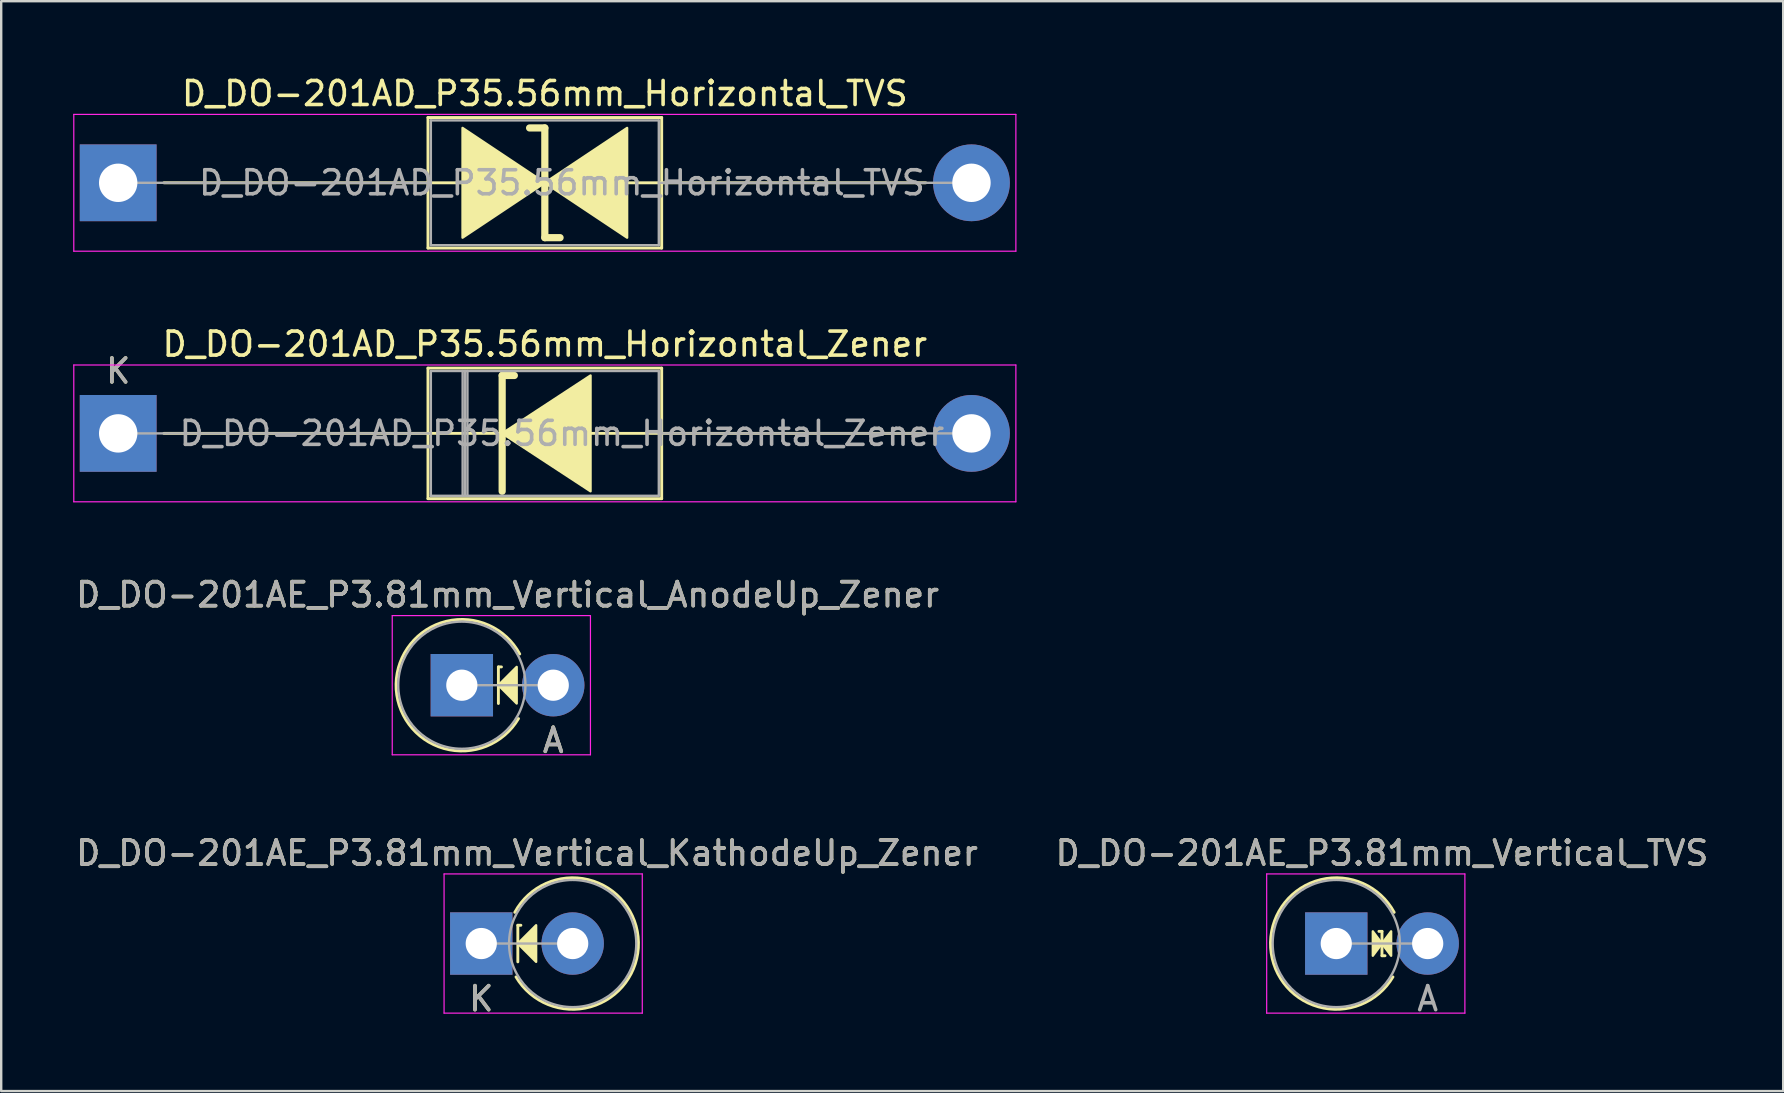
<source format=kicad_pcb>
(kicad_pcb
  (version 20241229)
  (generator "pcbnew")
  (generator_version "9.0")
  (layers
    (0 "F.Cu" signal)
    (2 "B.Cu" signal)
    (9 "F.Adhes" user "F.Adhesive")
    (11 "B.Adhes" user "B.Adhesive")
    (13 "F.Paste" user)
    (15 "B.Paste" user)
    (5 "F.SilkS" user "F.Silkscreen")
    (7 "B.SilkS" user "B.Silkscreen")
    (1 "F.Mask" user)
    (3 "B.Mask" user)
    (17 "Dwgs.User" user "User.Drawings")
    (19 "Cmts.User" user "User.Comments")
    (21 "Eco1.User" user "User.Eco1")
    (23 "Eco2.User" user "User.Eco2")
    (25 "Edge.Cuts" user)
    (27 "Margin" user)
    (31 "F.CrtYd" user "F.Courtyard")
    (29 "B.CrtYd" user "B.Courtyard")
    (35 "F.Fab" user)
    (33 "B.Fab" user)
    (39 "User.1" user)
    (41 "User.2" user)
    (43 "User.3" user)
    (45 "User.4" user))
  (footprint "D_DO-201AE_P3.81mm_Vertical_KathodeUp_Zener"
    (layer "F.Cu")
    (at 17.006 36.271)
    (property "Reference" "D_DO-201AE_P3.81mm_Vertical_KathodeUp_Zener" (at 1.905 -3.77 0) (layer "F.SilkS") (effects (font (size 1 1) (thickness 0.15))))
    (attr through_hole)
    (fp_line (start 1.524 -0.762) (end 1.524 0.762) (stroke (width 0.12) (type solid)) (layer "F.SilkS"))
    (fp_line (start 1.524 -0.762) (end 1.651 -0.762) (stroke (width 0.12) (type solid)) (layer "F.SilkS"))
    (fp_arc (start 1.396849 -1.3) (mid 6.55054 -0.052312) (end 1.448218 1.391144) (stroke (width 0.12) (type solid)) (layer "F.SilkS"))
    (fp_poly (pts (xy 2.286 0.762) (xy 1.524 0) (xy 2.286 -0.762)) (stroke (width 0.1) (type solid)) (fill yes) (layer "F.SilkS"))
    (fp_line (start -1.55 -2.9) (end -1.55 2.9) (stroke (width 0.05) (type solid)) (layer "F.CrtYd"))
    (fp_line (start -1.55 2.9) (end 6.71 2.9) (stroke (width 0.05) (type solid)) (layer "F.CrtYd"))
    (fp_line (start 6.71 -2.9) (end -1.55 -2.9) (stroke (width 0.05) (type solid)) (layer "F.CrtYd"))
    (fp_line (start 6.71 2.9) (end 6.71 -2.9) (stroke (width 0.05) (type solid)) (layer "F.CrtYd"))
    (fp_line (start 0 0) (end 3.81 0) (stroke (width 0.1) (type solid)) (layer "F.Fab"))
    (fp_circle (center 3.81 0) (end 6.46 0) (stroke (width 0.1) (type solid)) (fill no) (layer "F.Fab"))
    (fp_text user "K" (at 0 2.3 0) (layer "F.SilkS") (effects (font (size 1 1) (thickness 0.15))))
    (fp_text user "${REFERENCE}" (at 1.905 -3.77 0) (layer "F.Fab") (effects (font (size 1 1) (thickness 0.15))))
    (fp_text user "K" (at 0 2.3 0) (layer "F.Fab") (effects (font (size 1 1) (thickness 0.15))))
    (pad "1" thru_hole rect (at 0 0) (size 2.6 2.6) (drill 1.3) (layers "*.Cu" "*.Mask"))
    (pad "2" thru_hole oval (at 3.81 0) (size 2.6 2.6) (drill 1.3) (layers "*.Cu" "*.Mask")))
  (footprint "D_DO-201AE_P3.81mm_Vertical_AnodeUp_Zener"
    (layer "F.Cu")
    (at 16.196 25.505)
    (property "Reference" "D_DO-201AE_P3.81mm_Vertical_AnodeUp_Zener" (at 1.905 -3.77 0) (layer "F.SilkS") (effects (font (size 1 1) (thickness 0.15))))
    (attr through_hole)
    (fp_line (start 1.524 -0.762) (end 1.524 0.762) (stroke (width 0.12) (type solid)) (layer "F.SilkS"))
    (fp_line (start 1.524 -0.762) (end 1.651 -0.762) (stroke (width 0.12) (type solid)) (layer "F.SilkS"))
    (fp_arc (start 2.361782 1.391144) (mid -2.74054 -0.052312) (end 2.413151 -1.3) (stroke (width 0.12) (type solid)) (layer "F.SilkS"))
    (fp_poly (pts (xy 2.286 0.762) (xy 1.524 0) (xy 2.286 -0.762)) (stroke (width 0.1) (type solid)) (fill yes) (layer "F.SilkS"))
    (fp_line (start -2.9 -2.9) (end -2.9 2.9) (stroke (width 0.05) (type solid)) (layer "F.CrtYd"))
    (fp_line (start -2.9 2.9) (end 5.36 2.9) (stroke (width 0.05) (type solid)) (layer "F.CrtYd"))
    (fp_line (start 5.36 -2.9) (end -2.9 -2.9) (stroke (width 0.05) (type solid)) (layer "F.CrtYd"))
    (fp_line (start 5.36 2.9) (end 5.36 -2.9) (stroke (width 0.05) (type solid)) (layer "F.CrtYd"))
    (fp_line (start 0 0) (end 3.81 0) (stroke (width 0.1) (type solid)) (layer "F.Fab"))
    (fp_circle (center 0 0) (end 2.65 0) (stroke (width 0.1) (type solid)) (fill no) (layer "F.Fab"))
    (fp_text user "A" (at 3.81 2.3 0) (layer "F.SilkS") (effects (font (size 1 1) (thickness 0.15))))
    (fp_text user "A" (at 3.81 2.3 0) (layer "F.Fab") (effects (font (size 1 1) (thickness 0.15))))
    (fp_text user "${REFERENCE}" (at 1.905 -3.77 0) (layer "F.Fab") (effects (font (size 1 1) (thickness 0.15))))
    (pad "1" thru_hole rect (at 0 0) (size 2.6 2.6) (drill 1.3) (layers "*.Cu" "*.Mask"))
    (pad "2" thru_hole oval (at 3.81 0) (size 2.6 2.6) (drill 1.3) (layers "*.Cu" "*.Mask")))
  (footprint "D_DO-201AE_P3.81mm_Vertical_TVS"
    (layer "F.Cu")
    (at 52.637 36.271)
    (property "Reference" "D_DO-201AE_P3.81mm_Vertical_TVS" (at 1.905 -3.77 0) (layer "F.SilkS") (effects (font (size 1 1) (thickness 0.15))))
    (attr through_hole)
    (fp_line (start 1.778 -0.508) (end 1.905 -0.508) (stroke (width 0.12) (type solid)) (layer "F.SilkS"))
    (fp_line (start 1.905 -0.508) (end 1.905 0.508) (stroke (width 0.12) (type solid)) (layer "F.SilkS"))
    (fp_line (start 1.905 0.508) (end 2.032 0.508) (stroke (width 0.12) (type solid)) (layer "F.SilkS"))
    (fp_arc (start 2.361782 1.391144) (mid -2.74054 -0.052312) (end 2.413151 -1.3) (stroke (width 0.12) (type solid)) (layer "F.SilkS"))
    (fp_poly (pts (xy 1.524 -0.508) (xy 1.905 0) (xy 1.524 0.508)) (stroke (width 0.1) (type solid)) (fill yes) (layer "F.SilkS"))
    (fp_poly (pts (xy 2.286 0.508) (xy 1.905 0) (xy 2.286 -0.508)) (stroke (width 0.1) (type solid)) (fill yes) (layer "F.SilkS"))
    (fp_line (start -2.9 -2.9) (end -2.9 2.9) (stroke (width 0.05) (type solid)) (layer "F.CrtYd"))
    (fp_line (start -2.9 2.9) (end 5.36 2.9) (stroke (width 0.05) (type solid)) (layer "F.CrtYd"))
    (fp_line (start 5.36 -2.9) (end -2.9 -2.9) (stroke (width 0.05) (type solid)) (layer "F.CrtYd"))
    (fp_line (start 5.36 2.9) (end 5.36 -2.9) (stroke (width 0.05) (type solid)) (layer "F.CrtYd"))
    (fp_line (start 0 0) (end 3.81 0) (stroke (width 0.1) (type solid)) (layer "F.Fab"))
    (fp_circle (center 0 0) (end 2.65 0) (stroke (width 0.1) (type solid)) (fill no) (layer "F.Fab"))
    (fp_text user "${REFERENCE}" (at 1.905 -3.77 0) (layer "F.Fab") (effects (font (size 1 1) (thickness 0.15))))
    (fp_text user "A" (at 3.81 2.3 0) (layer "F.Fab") (effects (font (size 1 1) (thickness 0.15))))
    (pad "1" thru_hole rect (at 0 0) (size 2.6 2.6) (drill 1.3) (layers "*.Cu" "*.Mask"))
    (pad "2" thru_hole oval (at 3.81 0) (size 2.6 2.6) (drill 1.3) (layers "*.Cu" "*.Mask")))
  (footprint "D_DO-201AD_P35.56mm_Horizontal_TVS"
    (layer "F.Cu")
    (at 1.875 4.568)
    (property "Reference" "D_DO-201AD_P35.56mm_Horizontal_TVS" (at 17.78 -3.72 0) (layer "F.SilkS") (effects (font (size 1 1) (thickness 0.15))))
    (attr through_hole)
    (fp_line (start 1.905 0) (end 12.91 0) (stroke (width 0.12) (type solid)) (layer "F.SilkS"))
    (fp_line (start 12.91 -2.72) (end 12.91 2.72) (stroke (width 0.12) (type solid)) (layer "F.SilkS"))
    (fp_line (start 12.91 0) (end 14.351 0) (stroke (width 0.12) (type solid)) (layer "F.SilkS"))
    (fp_line (start 12.91 2.72) (end 22.65 2.72) (stroke (width 0.12) (type solid)) (layer "F.SilkS"))
    (fp_line (start 17.78 -2.286) (end 17.145 -2.286) (stroke (width 0.3) (type solid)) (layer "F.SilkS"))
    (fp_line (start 17.78 2.286) (end 17.78 -2.286) (stroke (width 0.3) (type solid)) (layer "F.SilkS"))
    (fp_line (start 18.415 2.286) (end 17.78 2.286) (stroke (width 0.3) (type solid)) (layer "F.SilkS"))
    (fp_line (start 21.209 0) (end 22.65 0) (stroke (width 0.12) (type solid)) (layer "F.SilkS"))
    (fp_line (start 22.65 -2.72) (end 12.91 -2.72) (stroke (width 0.12) (type solid)) (layer "F.SilkS"))
    (fp_line (start 22.65 2.72) (end 22.65 -2.72) (stroke (width 0.12) (type solid)) (layer "F.SilkS"))
    (fp_line (start 33.655 0) (end 22.65 0) (stroke (width 0.12) (type solid)) (layer "F.SilkS"))
    (fp_poly (pts (xy 17.78 0) (xy 14.351 2.286) (xy 14.351 -2.286)) (stroke (width 0.1) (type solid)) (fill yes) (layer "F.SilkS"))
    (fp_poly (pts (xy 17.78 0) (xy 21.209 -2.286) (xy 21.209 2.286)) (stroke (width 0.1) (type solid)) (fill yes) (layer "F.SilkS"))
    (fp_line (start -1.85 -2.85) (end -1.85 2.85) (stroke (width 0.05) (type solid)) (layer "F.CrtYd"))
    (fp_line (start -1.85 2.85) (end 37.41 2.85) (stroke (width 0.05) (type solid)) (layer "F.CrtYd"))
    (fp_line (start 37.41 -2.85) (end -1.85 -2.85) (stroke (width 0.05) (type solid)) (layer "F.CrtYd"))
    (fp_line (start 37.41 2.85) (end 37.41 -2.85) (stroke (width 0.05) (type solid)) (layer "F.CrtYd"))
    (fp_line (start 0 0) (end 13.03 0) (stroke (width 0.1) (type solid)) (layer "F.Fab"))
    (fp_line (start 13.03 -2.6) (end 13.03 2.6) (stroke (width 0.1) (type solid)) (layer "F.Fab"))
    (fp_line (start 13.03 2.6) (end 22.53 2.6) (stroke (width 0.1) (type solid)) (layer "F.Fab"))
    (fp_line (start 22.53 -2.6) (end 13.03 -2.6) (stroke (width 0.1) (type solid)) (layer "F.Fab"))
    (fp_line (start 22.53 2.6) (end 22.53 -2.6) (stroke (width 0.1) (type solid)) (layer "F.Fab"))
    (fp_line (start 35.56 0) (end 22.53 0) (stroke (width 0.1) (type solid)) (layer "F.Fab"))
    (fp_text user "${REFERENCE}" (at 18.492 0 0) (layer "F.Fab") (effects (font (size 1 1) (thickness 0.15))))
    (pad "1" thru_hole rect (at 0 0) (size 3.2 3.2) (drill 1.6) (layers "*.Cu" "*.Mask"))
    (pad "2" thru_hole oval (at 35.56 0) (size 3.2 3.2) (drill 1.6) (layers "*.Cu" "*.Mask")))
  (footprint "D_DO-201AD_P35.56mm_Horizontal_Zener"
    (layer "F.Cu")
    (at 1.875 15.011)
    (property "Reference" "D_DO-201AD_P35.56mm_Horizontal_Zener" (at 17.78 -3.72 0) (layer "F.SilkS") (effects (font (size 1 1) (thickness 0.15))))
    (attr through_hole)
    (fp_line (start 1.905 0) (end 12.91 0) (stroke (width 0.12) (type solid)) (layer "F.SilkS"))
    (fp_line (start 12.91 -2.72) (end 12.91 2.72) (stroke (width 0.12) (type solid)) (layer "F.SilkS"))
    (fp_line (start 12.91 2.72) (end 22.65 2.72) (stroke (width 0.12) (type solid)) (layer "F.SilkS"))
    (fp_line (start 15.875 0) (end 12.91 0) (stroke (width 0.12) (type solid)) (layer "F.SilkS"))
    (fp_line (start 16.002 -2.413) (end 16.002 2.413) (stroke (width 0.3) (type solid)) (layer "F.SilkS"))
    (fp_line (start 16.002 -2.413) (end 16.51 -2.413) (stroke (width 0.3) (type solid)) (layer "F.SilkS"))
    (fp_line (start 19.685 0) (end 22.65 0) (stroke (width 0.12) (type solid)) (layer "F.SilkS"))
    (fp_line (start 22.65 -2.72) (end 12.91 -2.72) (stroke (width 0.12) (type solid)) (layer "F.SilkS"))
    (fp_line (start 22.65 2.72) (end 22.65 -2.72) (stroke (width 0.12) (type solid)) (layer "F.SilkS"))
    (fp_line (start 33.655 0) (end 22.65 0) (stroke (width 0.12) (type solid)) (layer "F.SilkS"))
    (fp_poly (pts (xy 19.685 2.413) (xy 16.002 0) (xy 19.685 -2.413)) (stroke (width 0.1) (type solid)) (fill yes) (layer "F.SilkS"))
    (fp_line (start -1.85 -2.85) (end -1.85 2.85) (stroke (width 0.05) (type solid)) (layer "F.CrtYd"))
    (fp_line (start -1.85 2.85) (end 37.41 2.85) (stroke (width 0.05) (type solid)) (layer "F.CrtYd"))
    (fp_line (start 37.41 -2.85) (end -1.85 -2.85) (stroke (width 0.05) (type solid)) (layer "F.CrtYd"))
    (fp_line (start 37.41 2.85) (end 37.41 -2.85) (stroke (width 0.05) (type solid)) (layer "F.CrtYd"))
    (fp_line (start 0 0) (end 13.03 0) (stroke (width 0.1) (type solid)) (layer "F.Fab"))
    (fp_line (start 13.03 -2.6) (end 13.03 2.6) (stroke (width 0.1) (type solid)) (layer "F.Fab"))
    (fp_line (start 13.03 2.6) (end 22.53 2.6) (stroke (width 0.1) (type solid)) (layer "F.Fab"))
    (fp_line (start 14.355 -2.6) (end 14.355 2.6) (stroke (width 0.1) (type solid)) (layer "F.Fab"))
    (fp_line (start 14.455 -2.6) (end 14.455 2.6) (stroke (width 0.1) (type solid)) (layer "F.Fab"))
    (fp_line (start 14.555 -2.6) (end 14.555 2.6) (stroke (width 0.1) (type solid)) (layer "F.Fab"))
    (fp_line (start 22.53 -2.6) (end 13.03 -2.6) (stroke (width 0.1) (type solid)) (layer "F.Fab"))
    (fp_line (start 22.53 2.6) (end 22.53 -2.6) (stroke (width 0.1) (type solid)) (layer "F.Fab"))
    (fp_line (start 35.56 0) (end 22.53 0) (stroke (width 0.1) (type solid)) (layer "F.Fab"))
    (fp_text user "K" (at 0 -2.6 0) (layer "F.SilkS") (effects (font (size 1 1) (thickness 0.15))))
    (fp_text user "K" (at 0 -2.6 0) (layer "F.Fab") (effects (font (size 1 1) (thickness 0.15))))
    (fp_text user "${REFERENCE}" (at 18.492 0 0) (layer "F.Fab") (effects (font (size 1 1) (thickness 0.15))))
    (pad "1" thru_hole rect (at 0 0) (size 3.2 3.2) (drill 1.6) (layers "*.Cu" "*.Mask"))
    (pad "2" thru_hole oval (at 35.56 0) (size 3.2 3.2) (drill 1.6) (layers "*.Cu" "*.Mask")))
  (gr_rect
    (start -3 -3)
    (end 71.262 42.419)
    (stroke (width 0.1) (type default))
    (fill no)
    (layer "Edge.Cuts")))
</source>
